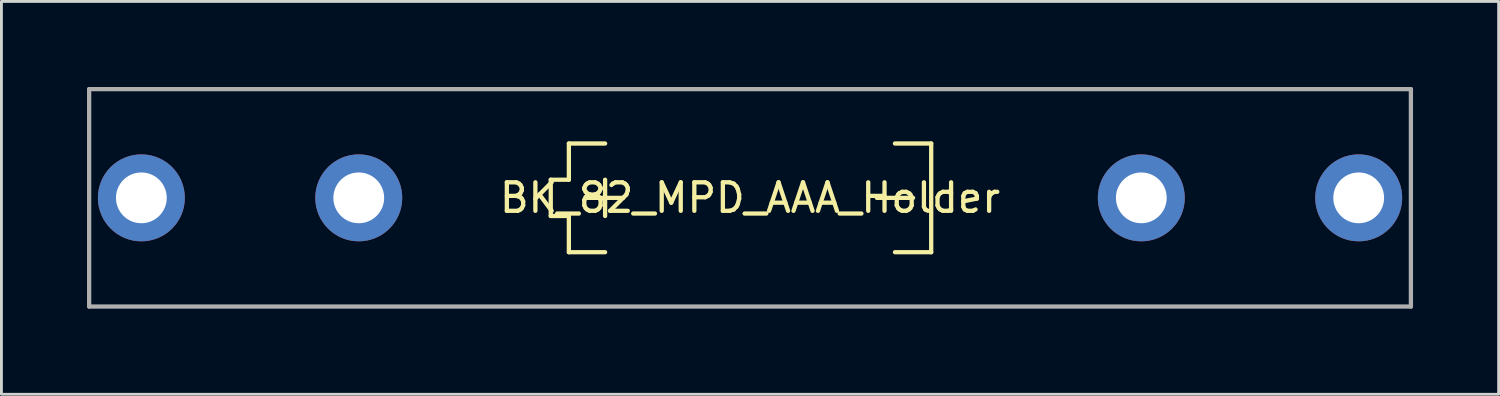
<source format=kicad_pcb>
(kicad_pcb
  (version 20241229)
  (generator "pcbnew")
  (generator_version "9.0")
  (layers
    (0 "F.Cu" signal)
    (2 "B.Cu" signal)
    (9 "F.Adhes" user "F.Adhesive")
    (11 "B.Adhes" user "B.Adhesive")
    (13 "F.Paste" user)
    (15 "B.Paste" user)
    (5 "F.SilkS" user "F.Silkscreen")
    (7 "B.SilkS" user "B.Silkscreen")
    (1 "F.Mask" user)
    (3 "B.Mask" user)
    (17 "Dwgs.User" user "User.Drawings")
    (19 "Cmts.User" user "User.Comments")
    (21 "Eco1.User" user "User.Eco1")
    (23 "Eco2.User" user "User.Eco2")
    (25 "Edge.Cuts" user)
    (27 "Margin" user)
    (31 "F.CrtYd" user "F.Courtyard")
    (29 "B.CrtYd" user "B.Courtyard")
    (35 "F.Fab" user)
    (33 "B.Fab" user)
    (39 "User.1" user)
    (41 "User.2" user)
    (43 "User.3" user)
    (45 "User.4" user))
  (footprint "BK_82_MPD_AAA_Holder"
    (layer "F.Cu")
    (at 23.24 3.885)
    (property "Reference" "BK_82_MPD_AAA_Holder" (at 0 0 0) (layer "F.SilkS") (effects (font (size 1 1) (thickness 0.15))))
    (attr through_hole)
    (fp_line (start -6.985 -0.635) (end -6.985 0.635) (stroke (width 0.15) (type solid)) (layer "F.SilkS"))
    (fp_line (start -6.985 0.635) (end -6.35 0.635) (stroke (width 0.15) (type solid)) (layer "F.SilkS"))
    (fp_line (start -6.35 -1.905) (end -6.35 -0.635) (stroke (width 0.15) (type solid)) (layer "F.SilkS"))
    (fp_line (start -6.35 -0.635) (end -6.985 -0.635) (stroke (width 0.15) (type solid)) (layer "F.SilkS"))
    (fp_line (start -6.35 0.635) (end -6.35 1.905) (stroke (width 0.15) (type solid)) (layer "F.SilkS"))
    (fp_line (start -6.35 1.905) (end -5.08 1.905) (stroke (width 0.15) (type solid)) (layer "F.SilkS"))
    (fp_line (start -5.715 0) (end -4.445 0) (stroke (width 0.15) (type solid)) (layer "F.SilkS"))
    (fp_line (start -5.08 -1.905) (end -6.35 -1.905) (stroke (width 0.15) (type solid)) (layer "F.SilkS"))
    (fp_line (start -5.08 -0.635) (end -5.08 0.635) (stroke (width 0.15) (type solid)) (layer "F.SilkS"))
    (fp_line (start 4.445 0) (end 5.715 0) (stroke (width 0.15) (type solid)) (layer "F.SilkS"))
    (fp_line (start 5.08 -1.905) (end 6.35 -1.905) (stroke (width 0.15) (type solid)) (layer "F.SilkS"))
    (fp_line (start 6.35 -1.905) (end 6.35 1.905) (stroke (width 0.15) (type solid)) (layer "F.SilkS"))
    (fp_line (start 6.35 1.905) (end 5.08 1.905) (stroke (width 0.15) (type solid)) (layer "F.SilkS"))
    (fp_line (start -23.165 -3.81) (end -23.165 3.81) (stroke (width 0.15) (type solid)) (layer "F.Fab"))
    (fp_line (start -23.165 -3.81) (end 23.165 -3.81) (stroke (width 0.15) (type solid)) (layer "F.Fab"))
    (fp_line (start 23.165 -3.81) (end 23.165 3.81) (stroke (width 0.15) (type solid)) (layer "F.Fab"))
    (fp_line (start 23.165 3.81) (end -23.165 3.81) (stroke (width 0.15) (type solid)) (layer "F.Fab"))
    (pad "1" thru_hole circle (at -21.335 0) (size 3.048 3.048) (drill 1.78) (layers "*.Cu" "*.Mask"))
    (pad "1" thru_hole circle (at -13.715 0) (size 3.048 3.048) (drill 1.78) (layers "*.Cu" "*.Mask"))
    (pad "2" thru_hole circle (at 13.715 0) (size 3.048 3.048) (drill 1.78) (layers "*.Cu" "*.Mask"))
    (pad "2" thru_hole circle (at 21.335 0) (size 3.048 3.048) (drill 1.78) (layers "*.Cu" "*.Mask")))
  (gr_rect
    (start -3 -3)
    (end 49.48 10.77)
    (stroke (width 0.1) (type default))
    (fill no)
    (layer "Edge.Cuts")))
</source>
